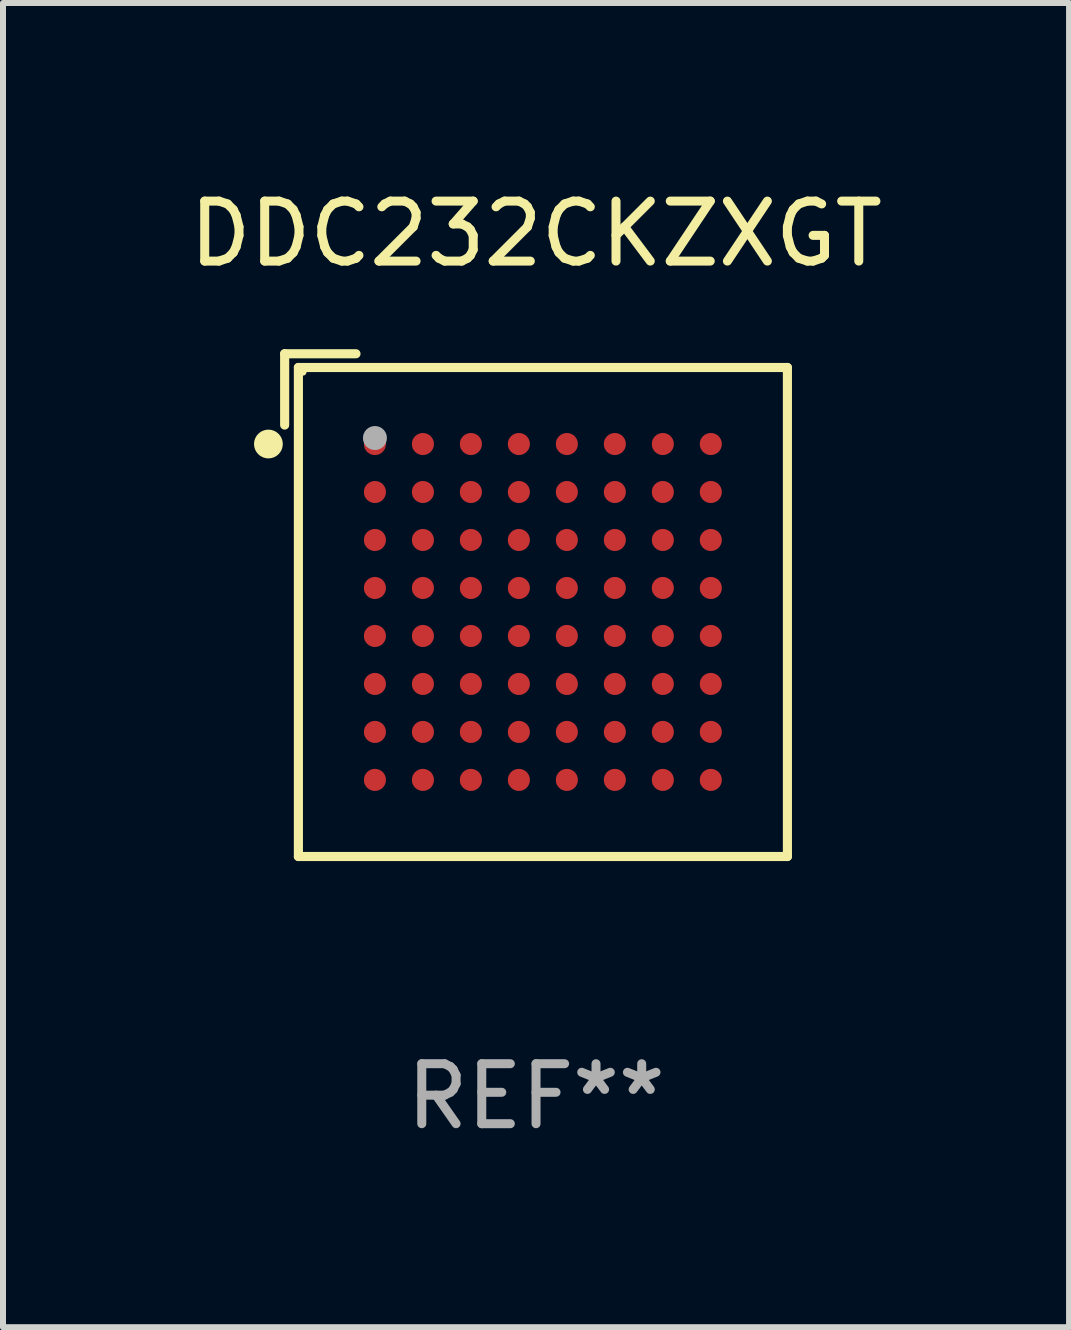
<source format=kicad_pcb>
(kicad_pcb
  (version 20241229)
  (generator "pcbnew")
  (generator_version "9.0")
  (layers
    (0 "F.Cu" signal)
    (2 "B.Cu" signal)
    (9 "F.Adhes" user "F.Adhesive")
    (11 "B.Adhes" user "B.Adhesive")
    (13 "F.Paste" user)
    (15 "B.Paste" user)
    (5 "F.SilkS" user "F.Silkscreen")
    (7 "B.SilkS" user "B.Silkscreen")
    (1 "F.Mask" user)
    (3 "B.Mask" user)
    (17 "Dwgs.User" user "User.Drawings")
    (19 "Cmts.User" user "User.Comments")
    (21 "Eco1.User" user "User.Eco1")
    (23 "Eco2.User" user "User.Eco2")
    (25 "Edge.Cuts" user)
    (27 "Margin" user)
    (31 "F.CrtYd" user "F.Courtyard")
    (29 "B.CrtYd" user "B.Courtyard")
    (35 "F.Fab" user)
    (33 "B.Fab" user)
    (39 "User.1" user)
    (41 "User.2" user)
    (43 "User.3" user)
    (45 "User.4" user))
  (footprint "DDC232CKZXGT"
    (layer "F.Cu")
    (at 5.887 7.039)
    (property "Reference" "DDC232CKZXGT" (at 0 -6.191 0) (layer "F.SilkS") (effects (font (size 1 1) (thickness 0.15))))
    (attr through_hole)
    (fp_line (start -4.191 -4.191) (end -3.002 -4.191) (stroke (width 0.152) (type solid)) (layer "F.SilkS"))
    (fp_line (start -4.191 -3.002) (end -4.191 -4.191) (stroke (width 0.152) (type solid)) (layer "F.SilkS"))
    (fp_line (start -3.962 -3.962) (end 4.191 -3.962) (stroke (width 0.152) (type solid)) (layer "F.SilkS"))
    (fp_line (start -3.962 4.191) (end -3.962 -3.962) (stroke (width 0.152) (type solid)) (layer "F.SilkS"))
    (fp_line (start 4.191 -3.962) (end 4.191 4.191) (stroke (width 0.152) (type solid)) (layer "F.SilkS"))
    (fp_line (start 4.191 4.191) (end -3.962 4.191) (stroke (width 0.152) (type solid)) (layer "F.SilkS"))
    (fp_circle (center -4.462 -2.686) (end -4.342 -2.686) (stroke (width 0.24) (type solid)) (fill no) (layer "F.SilkS"))
    (fp_circle (center -3.886 -3.886) (end -3.856 -3.886) (stroke (width 0.06) (type solid)) (fill no) (layer "F.SilkS"))
    (fp_circle (center -2.686 -2.786) (end -2.586 -2.786) (stroke (width 0.2) (type solid)) (fill no) (layer "F.Fab"))
    (fp_text user "REF**" (at 0 8.191 0) (layer "F.Fab") (effects (font (size 1 1) (thickness 0.15))))
    (pad "A1" smd circle (at -2.686 -2.686) (size 0.368 0.368) (layers "F.Cu" "F.Mask" "F.Paste"))
    (pad "A2" smd circle (at -1.886 -2.686) (size 0.368 0.368) (layers "F.Cu" "F.Mask" "F.Paste"))
    (pad "A3" smd circle (at -1.086 -2.686) (size 0.368 0.368) (layers "F.Cu" "F.Mask" "F.Paste"))
    (pad "A4" smd circle (at -0.286 -2.686) (size 0.368 0.368) (layers "F.Cu" "F.Mask" "F.Paste"))
    (pad "A5" smd circle (at 0.514 -2.686) (size 0.368 0.368) (layers "F.Cu" "F.Mask" "F.Paste"))
    (pad "A6" smd circle (at 1.314 -2.686) (size 0.368 0.368) (layers "F.Cu" "F.Mask" "F.Paste"))
    (pad "A7" smd circle (at 2.114 -2.686) (size 0.368 0.368) (layers "F.Cu" "F.Mask" "F.Paste"))
    (pad "A8" smd circle (at 2.914 -2.686) (size 0.368 0.368) (layers "F.Cu" "F.Mask" "F.Paste"))
    (pad "B1" smd circle (at -2.686 -1.886) (size 0.368 0.368) (layers "F.Cu" "F.Mask" "F.Paste"))
    (pad "B2" smd circle (at -1.886 -1.886) (size 0.368 0.368) (layers "F.Cu" "F.Mask" "F.Paste"))
    (pad "B3" smd circle (at -1.086 -1.886) (size 0.368 0.368) (layers "F.Cu" "F.Mask" "F.Paste"))
    (pad "B4" smd circle (at -0.286 -1.886) (size 0.368 0.368) (layers "F.Cu" "F.Mask" "F.Paste"))
    (pad "B5" smd circle (at 0.514 -1.886) (size 0.368 0.368) (layers "F.Cu" "F.Mask" "F.Paste"))
    (pad "B6" smd circle (at 1.314 -1.886) (size 0.368 0.368) (layers "F.Cu" "F.Mask" "F.Paste"))
    (pad "B7" smd circle (at 2.114 -1.886) (size 0.368 0.368) (layers "F.Cu" "F.Mask" "F.Paste"))
    (pad "B8" smd circle (at 2.914 -1.886) (size 0.368 0.368) (layers "F.Cu" "F.Mask" "F.Paste"))
    (pad "C1" smd circle (at -2.686 -1.086) (size 0.368 0.368) (layers "F.Cu" "F.Mask" "F.Paste"))
    (pad "C2" smd circle (at -1.886 -1.086) (size 0.368 0.368) (layers "F.Cu" "F.Mask" "F.Paste"))
    (pad "C3" smd circle (at -1.086 -1.086) (size 0.368 0.368) (layers "F.Cu" "F.Mask" "F.Paste"))
    (pad "C4" smd circle (at -0.286 -1.086) (size 0.368 0.368) (layers "F.Cu" "F.Mask" "F.Paste"))
    (pad "C5" smd circle (at 0.514 -1.086) (size 0.368 0.368) (layers "F.Cu" "F.Mask" "F.Paste"))
    (pad "C6" smd circle (at 1.314 -1.086) (size 0.368 0.368) (layers "F.Cu" "F.Mask" "F.Paste"))
    (pad "C7" smd circle (at 2.114 -1.086) (size 0.368 0.368) (layers "F.Cu" "F.Mask" "F.Paste"))
    (pad "C8" smd circle (at 2.914 -1.086) (size 0.368 0.368) (layers "F.Cu" "F.Mask" "F.Paste"))
    (pad "D1" smd circle (at -2.686 -0.286) (size 0.368 0.368) (layers "F.Cu" "F.Mask" "F.Paste"))
    (pad "D2" smd circle (at -1.886 -0.286) (size 0.368 0.368) (layers "F.Cu" "F.Mask" "F.Paste"))
    (pad "D3" smd circle (at -1.086 -0.286) (size 0.368 0.368) (layers "F.Cu" "F.Mask" "F.Paste"))
    (pad "D4" smd circle (at -0.286 -0.286) (size 0.368 0.368) (layers "F.Cu" "F.Mask" "F.Paste"))
    (pad "D5" smd circle (at 0.514 -0.286) (size 0.368 0.368) (layers "F.Cu" "F.Mask" "F.Paste"))
    (pad "D6" smd circle (at 1.314 -0.286) (size 0.368 0.368) (layers "F.Cu" "F.Mask" "F.Paste"))
    (pad "D7" smd circle (at 2.114 -0.286) (size 0.368 0.368) (layers "F.Cu" "F.Mask" "F.Paste"))
    (pad "D8" smd circle (at 2.914 -0.286) (size 0.368 0.368) (layers "F.Cu" "F.Mask" "F.Paste"))
    (pad "E1" smd circle (at -2.686 0.514) (size 0.368 0.368) (layers "F.Cu" "F.Mask" "F.Paste"))
    (pad "E2" smd circle (at -1.886 0.514) (size 0.368 0.368) (layers "F.Cu" "F.Mask" "F.Paste"))
    (pad "E3" smd circle (at -1.086 0.514) (size 0.368 0.368) (layers "F.Cu" "F.Mask" "F.Paste"))
    (pad "E4" smd circle (at -0.286 0.514) (size 0.368 0.368) (layers "F.Cu" "F.Mask" "F.Paste"))
    (pad "E5" smd circle (at 0.514 0.514) (size 0.368 0.368) (layers "F.Cu" "F.Mask" "F.Paste"))
    (pad "E6" smd circle (at 1.314 0.514) (size 0.368 0.368) (layers "F.Cu" "F.Mask" "F.Paste"))
    (pad "E7" smd circle (at 2.114 0.514) (size 0.368 0.368) (layers "F.Cu" "F.Mask" "F.Paste"))
    (pad "E8" smd circle (at 2.914 0.514) (size 0.368 0.368) (layers "F.Cu" "F.Mask" "F.Paste"))
    (pad "F1" smd circle (at -2.686 1.314) (size 0.368 0.368) (layers "F.Cu" "F.Mask" "F.Paste"))
    (pad "F2" smd circle (at -1.886 1.314) (size 0.368 0.368) (layers "F.Cu" "F.Mask" "F.Paste"))
    (pad "F3" smd circle (at -1.086 1.314) (size 0.368 0.368) (layers "F.Cu" "F.Mask" "F.Paste"))
    (pad "F4" smd circle (at -0.286 1.314) (size 0.368 0.368) (layers "F.Cu" "F.Mask" "F.Paste"))
    (pad "F5" smd circle (at 0.514 1.314) (size 0.368 0.368) (layers "F.Cu" "F.Mask" "F.Paste"))
    (pad "F6" smd circle (at 1.314 1.314) (size 0.368 0.368) (layers "F.Cu" "F.Mask" "F.Paste"))
    (pad "F7" smd circle (at 2.114 1.314) (size 0.368 0.368) (layers "F.Cu" "F.Mask" "F.Paste"))
    (pad "F8" smd circle (at 2.914 1.314) (size 0.368 0.368) (layers "F.Cu" "F.Mask" "F.Paste"))
    (pad "G1" smd circle (at -2.686 2.114) (size 0.368 0.368) (layers "F.Cu" "F.Mask" "F.Paste"))
    (pad "G2" smd circle (at -1.886 2.114) (size 0.368 0.368) (layers "F.Cu" "F.Mask" "F.Paste"))
    (pad "G3" smd circle (at -1.086 2.114) (size 0.368 0.368) (layers "F.Cu" "F.Mask" "F.Paste"))
    (pad "G4" smd circle (at -0.286 2.114) (size 0.368 0.368) (layers "F.Cu" "F.Mask" "F.Paste"))
    (pad "G5" smd circle (at 0.514 2.114) (size 0.368 0.368) (layers "F.Cu" "F.Mask" "F.Paste"))
    (pad "G6" smd circle (at 1.314 2.114) (size 0.368 0.368) (layers "F.Cu" "F.Mask" "F.Paste"))
    (pad "G7" smd circle (at 2.114 2.114) (size 0.368 0.368) (layers "F.Cu" "F.Mask" "F.Paste"))
    (pad "G8" smd circle (at 2.914 2.114) (size 0.368 0.368) (layers "F.Cu" "F.Mask" "F.Paste"))
    (pad "H1" smd circle (at -2.686 2.914) (size 0.368 0.368) (layers "F.Cu" "F.Mask" "F.Paste"))
    (pad "H2" smd circle (at -1.886 2.914) (size 0.368 0.368) (layers "F.Cu" "F.Mask" "F.Paste"))
    (pad "H3" smd circle (at -1.086 2.914) (size 0.368 0.368) (layers "F.Cu" "F.Mask" "F.Paste"))
    (pad "H4" smd circle (at -0.286 2.914) (size 0.368 0.368) (layers "F.Cu" "F.Mask" "F.Paste"))
    (pad "H5" smd circle (at 0.514 2.914) (size 0.368 0.368) (layers "F.Cu" "F.Mask" "F.Paste"))
    (pad "H6" smd circle (at 1.314 2.914) (size 0.368 0.368) (layers "F.Cu" "F.Mask" "F.Paste"))
    (pad "H7" smd circle (at 2.114 2.914) (size 0.368 0.368) (layers "F.Cu" "F.Mask" "F.Paste"))
    (pad "H8" smd circle (at 2.914 2.914) (size 0.368 0.368) (layers "F.Cu" "F.Mask" "F.Paste")))
  (gr_rect
    (start -3 -3)
    (end 14.774 19.078)
    (stroke (width 0.1) (type default))
    (fill no)
    (layer "Edge.Cuts")))
</source>
